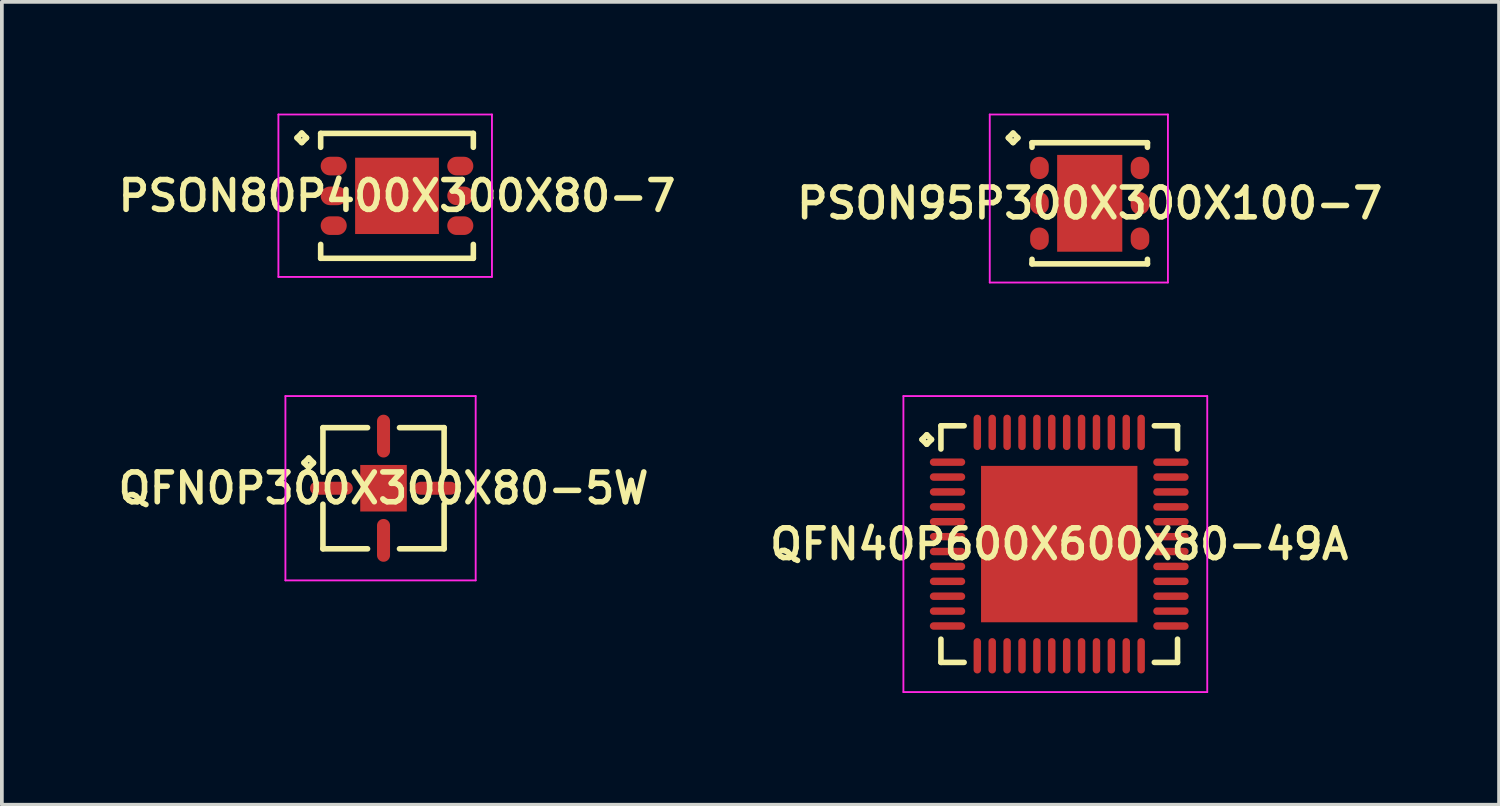
<source format=kicad_pcb>
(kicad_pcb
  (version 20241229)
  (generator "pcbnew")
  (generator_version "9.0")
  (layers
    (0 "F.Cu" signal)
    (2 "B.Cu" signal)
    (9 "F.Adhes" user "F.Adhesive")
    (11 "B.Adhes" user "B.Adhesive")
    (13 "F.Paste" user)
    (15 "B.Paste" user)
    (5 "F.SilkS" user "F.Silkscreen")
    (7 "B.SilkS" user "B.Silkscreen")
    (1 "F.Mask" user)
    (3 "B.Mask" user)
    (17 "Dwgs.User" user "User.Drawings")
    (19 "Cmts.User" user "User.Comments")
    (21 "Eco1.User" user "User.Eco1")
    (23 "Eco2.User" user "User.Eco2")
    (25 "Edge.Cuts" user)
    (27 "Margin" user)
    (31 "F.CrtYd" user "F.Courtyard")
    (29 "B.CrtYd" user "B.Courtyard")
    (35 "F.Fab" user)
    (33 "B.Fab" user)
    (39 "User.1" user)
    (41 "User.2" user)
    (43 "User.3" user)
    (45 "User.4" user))
  (footprint "PSON80P400X300X80-7"
    (layer "F.Cu")
    (at 7.612 2.21)
    (property "Reference" "PSON80P400X300X80-7" (at 0 0 0) (layer "F.SilkS") (effects (font (size 0.8 0.8) (thickness 0.15))))
    (attr smd)
    (fp_line (start -2.685 -1.558) (end -2.558 -1.685) (stroke (width 0.15) (type solid)) (layer "F.SilkS"))
    (fp_line (start -2.558 -1.685) (end -2.431 -1.558) (stroke (width 0.15) (type solid)) (layer "F.SilkS"))
    (fp_line (start -2.558 -1.431) (end -2.685 -1.558) (stroke (width 0.15) (type solid)) (layer "F.SilkS"))
    (fp_line (start -2.431 -1.558) (end -2.558 -1.431) (stroke (width 0.15) (type solid)) (layer "F.SilkS"))
    (fp_line (start -2.05 -1.677) (end 2.05 -1.677) (stroke (width 0.15) (type solid)) (layer "F.SilkS"))
    (fp_line (start -2.05 -1.304) (end -2.05 -1.677) (stroke (width 0.15) (type solid)) (layer "F.SilkS"))
    (fp_line (start -2.05 1.304) (end -2.05 1.677) (stroke (width 0.15) (type solid)) (layer "F.SilkS"))
    (fp_line (start -2.05 1.677) (end 2.05 1.677) (stroke (width 0.15) (type solid)) (layer "F.SilkS"))
    (fp_line (start 2.05 -1.677) (end 2.05 -1.304) (stroke (width 0.15) (type solid)) (layer "F.SilkS"))
    (fp_line (start 2.05 1.677) (end 2.05 1.304) (stroke (width 0.15) (type solid)) (layer "F.SilkS"))
    (fp_line (start -3.185 -2.185) (end 2.55 -2.185) (stroke (width 0.05) (type solid)) (layer "F.CrtYd"))
    (fp_line (start -3.185 2.177) (end -3.185 -2.185) (stroke (width 0.05) (type solid)) (layer "F.CrtYd"))
    (fp_line (start 2.55 -2.185) (end 2.55 2.177) (stroke (width 0.05) (type solid)) (layer "F.CrtYd"))
    (fp_line (start 2.55 2.177) (end -3.185 2.177) (stroke (width 0.05) (type solid)) (layer "F.CrtYd"))
    (pad "1" smd oval (at -1.7 -0.8) (size 0.7 0.5) (layers "F.Cu" "F.Mask" "F.Paste"))
    (pad "2" smd oval (at -1.7 0) (size 0.7 0.5) (layers "F.Cu" "F.Mask" "F.Paste"))
    (pad "3" smd oval (at -1.7 0.8) (size 0.7 0.5) (layers "F.Cu" "F.Mask" "F.Paste"))
    (pad "4" smd oval (at 1.7 0.8) (size 0.7 0.5) (layers "F.Cu" "F.Mask" "F.Paste"))
    (pad "5" smd oval (at 1.7 0) (size 0.7 0.5) (layers "F.Cu" "F.Mask" "F.Paste"))
    (pad "6" smd oval (at 1.7 -0.8) (size 0.7 0.5) (layers "F.Cu" "F.Mask" "F.Paste"))
    (pad "7" smd rect (at 0 0) (size 2.25 2.05) (layers "F.Cu" "F.Mask" "F.Paste")))
  (footprint "PSON95P300X300X100-7"
    (layer "F.Cu")
    (at 26.216 2.41)
    (property "Reference" "PSON95P300X300X100-7" (at 0 0 0) (layer "F.SilkS") (effects (font (size 0.8 0.8) (thickness 0.15))))
    (attr smd)
    (fp_line (start -2.185 -1.758) (end -2.058 -1.885) (stroke (width 0.15) (type solid)) (layer "F.SilkS"))
    (fp_line (start -2.058 -1.885) (end -1.931 -1.758) (stroke (width 0.15) (type solid)) (layer "F.SilkS"))
    (fp_line (start -2.058 -1.631) (end -2.185 -1.758) (stroke (width 0.15) (type solid)) (layer "F.SilkS"))
    (fp_line (start -1.931 -1.758) (end -2.058 -1.631) (stroke (width 0.15) (type solid)) (layer "F.SilkS"))
    (fp_line (start -1.55 -1.627) (end 1.55 -1.627) (stroke (width 0.15) (type solid)) (layer "F.SilkS"))
    (fp_line (start -1.55 -1.504) (end -1.55 -1.627) (stroke (width 0.15) (type solid)) (layer "F.SilkS"))
    (fp_line (start -1.55 1.504) (end -1.55 1.627) (stroke (width 0.15) (type solid)) (layer "F.SilkS"))
    (fp_line (start -1.55 1.627) (end 1.55 1.627) (stroke (width 0.15) (type solid)) (layer "F.SilkS"))
    (fp_line (start 1.55 -1.627) (end 1.55 -1.504) (stroke (width 0.15) (type solid)) (layer "F.SilkS"))
    (fp_line (start 1.55 1.627) (end 1.55 1.504) (stroke (width 0.15) (type solid)) (layer "F.SilkS"))
    (fp_line (start -2.685 -2.385) (end 2.1 -2.385) (stroke (width 0.05) (type solid)) (layer "F.CrtYd"))
    (fp_line (start -2.685 2.127) (end -2.685 -2.385) (stroke (width 0.05) (type solid)) (layer "F.CrtYd"))
    (fp_line (start 2.1 -2.385) (end 2.1 2.127) (stroke (width 0.05) (type solid)) (layer "F.CrtYd"))
    (fp_line (start 2.1 2.127) (end -2.685 2.127) (stroke (width 0.05) (type solid)) (layer "F.CrtYd"))
    (pad "1" smd oval (at -1.35 -0.95) (size 0.5 0.6) (layers "F.Cu" "F.Mask" "F.Paste"))
    (pad "2" smd oval (at -1.35 0) (size 0.5 0.6) (layers "F.Cu" "F.Mask" "F.Paste"))
    (pad "3" smd oval (at -1.35 0.95) (size 0.5 0.6) (layers "F.Cu" "F.Mask" "F.Paste"))
    (pad "4" smd oval (at 1.35 0.95) (size 0.5 0.6) (layers "F.Cu" "F.Mask" "F.Paste"))
    (pad "5" smd oval (at 1.35 0) (size 0.5 0.6) (layers "F.Cu" "F.Mask" "F.Paste"))
    (pad "6" smd oval (at 1.35 -0.95) (size 0.5 0.6) (layers "F.Cu" "F.Mask" "F.Paste"))
    (pad "7" smd rect (at 0 0) (size 1.75 2.6) (layers "F.Cu" "F.Mask" "F.Paste")))
  (footprint "QFN40P600X600X80-49A"
    (layer "F.Cu")
    (at 25.397 11.562)
    (property "Reference" "QFN40P600X600X80-49A" (at 0 0 0) (layer "F.SilkS") (effects (font (size 0.8 0.8) (thickness 0.15))))
    (attr smd)
    (fp_line (start -3.685 -2.808) (end -3.558 -2.935) (stroke (width 0.15) (type solid)) (layer "F.SilkS"))
    (fp_line (start -3.558 -2.935) (end -3.431 -2.808) (stroke (width 0.15) (type solid)) (layer "F.SilkS"))
    (fp_line (start -3.558 -2.681) (end -3.685 -2.808) (stroke (width 0.15) (type solid)) (layer "F.SilkS"))
    (fp_line (start -3.431 -2.808) (end -3.558 -2.681) (stroke (width 0.15) (type solid)) (layer "F.SilkS"))
    (fp_line (start -3.177 -3.177) (end -2.554 -3.177) (stroke (width 0.15) (type solid)) (layer "F.SilkS"))
    (fp_line (start -3.177 -2.554) (end -3.177 -3.177) (stroke (width 0.15) (type solid)) (layer "F.SilkS"))
    (fp_line (start -3.177 2.554) (end -3.177 3.177) (stroke (width 0.15) (type solid)) (layer "F.SilkS"))
    (fp_line (start -3.177 3.177) (end -2.554 3.177) (stroke (width 0.15) (type solid)) (layer "F.SilkS"))
    (fp_line (start 2.554 -3.177) (end 3.177 -3.177) (stroke (width 0.15) (type solid)) (layer "F.SilkS"))
    (fp_line (start 2.554 3.177) (end 3.177 3.177) (stroke (width 0.15) (type solid)) (layer "F.SilkS"))
    (fp_line (start 3.177 -3.177) (end 3.177 -2.554) (stroke (width 0.15) (type solid)) (layer "F.SilkS"))
    (fp_line (start 3.177 3.177) (end 3.177 2.554) (stroke (width 0.15) (type solid)) (layer "F.SilkS"))
    (fp_line (start -4.185 -3.975) (end 3.975 -3.975) (stroke (width 0.05) (type solid)) (layer "F.CrtYd"))
    (fp_line (start -4.185 3.975) (end -4.185 -3.975) (stroke (width 0.05) (type solid)) (layer "F.CrtYd"))
    (fp_line (start 3.975 -3.975) (end 3.975 3.975) (stroke (width 0.05) (type solid)) (layer "F.CrtYd"))
    (fp_line (start 3.975 3.975) (end -4.185 3.975) (stroke (width 0.05) (type solid)) (layer "F.CrtYd"))
    (pad "1" smd oval (at -3 -2.2) (size 0.95 0.2) (layers "F.Cu" "F.Mask" "F.Paste"))
    (pad "2" smd oval (at -3 -1.8) (size 0.95 0.2) (layers "F.Cu" "F.Mask" "F.Paste"))
    (pad "3" smd oval (at -3 -1.4) (size 0.95 0.2) (layers "F.Cu" "F.Mask" "F.Paste"))
    (pad "4" smd oval (at -3 -1) (size 0.95 0.2) (layers "F.Cu" "F.Mask" "F.Paste"))
    (pad "5" smd oval (at -3 -0.6) (size 0.95 0.2) (layers "F.Cu" "F.Mask" "F.Paste"))
    (pad "6" smd oval (at -3 -0.2) (size 0.95 0.2) (layers "F.Cu" "F.Mask" "F.Paste"))
    (pad "7" smd oval (at -3 0.2) (size 0.95 0.2) (layers "F.Cu" "F.Mask" "F.Paste"))
    (pad "8" smd oval (at -3 0.6) (size 0.95 0.2) (layers "F.Cu" "F.Mask" "F.Paste"))
    (pad "9" smd oval (at -3 1) (size 0.95 0.2) (layers "F.Cu" "F.Mask" "F.Paste"))
    (pad "10" smd oval (at -3 1.4) (size 0.95 0.2) (layers "F.Cu" "F.Mask" "F.Paste"))
    (pad "11" smd oval (at -3 1.8) (size 0.95 0.2) (layers "F.Cu" "F.Mask" "F.Paste"))
    (pad "12" smd oval (at -3 2.2) (size 0.95 0.2) (layers "F.Cu" "F.Mask" "F.Paste"))
    (pad "13" smd oval (at -2.2 3) (size 0.2 0.95) (layers "F.Cu" "F.Mask" "F.Paste"))
    (pad "14" smd oval (at -1.8 3) (size 0.2 0.95) (layers "F.Cu" "F.Mask" "F.Paste"))
    (pad "15" smd oval (at -1.4 3) (size 0.2 0.95) (layers "F.Cu" "F.Mask" "F.Paste"))
    (pad "16" smd oval (at -1 3) (size 0.2 0.95) (layers "F.Cu" "F.Mask" "F.Paste"))
    (pad "17" smd oval (at -0.6 3) (size 0.2 0.95) (layers "F.Cu" "F.Mask" "F.Paste"))
    (pad "18" smd oval (at -0.2 3) (size 0.2 0.95) (layers "F.Cu" "F.Mask" "F.Paste"))
    (pad "19" smd oval (at 0.2 3) (size 0.2 0.95) (layers "F.Cu" "F.Mask" "F.Paste"))
    (pad "20" smd oval (at 0.6 3) (size 0.2 0.95) (layers "F.Cu" "F.Mask" "F.Paste"))
    (pad "21" smd oval (at 1 3) (size 0.2 0.95) (layers "F.Cu" "F.Mask" "F.Paste"))
    (pad "22" smd oval (at 1.4 3) (size 0.2 0.95) (layers "F.Cu" "F.Mask" "F.Paste"))
    (pad "23" smd oval (at 1.8 3) (size 0.2 0.95) (layers "F.Cu" "F.Mask" "F.Paste"))
    (pad "24" smd oval (at 2.2 3) (size 0.2 0.95) (layers "F.Cu" "F.Mask" "F.Paste"))
    (pad "25" smd oval (at 3 2.2) (size 0.95 0.2) (layers "F.Cu" "F.Mask" "F.Paste"))
    (pad "26" smd oval (at 3 1.8) (size 0.95 0.2) (layers "F.Cu" "F.Mask" "F.Paste"))
    (pad "27" smd oval (at 3 1.4) (size 0.95 0.2) (layers "F.Cu" "F.Mask" "F.Paste"))
    (pad "28" smd oval (at 3 1) (size 0.95 0.2) (layers "F.Cu" "F.Mask" "F.Paste"))
    (pad "29" smd oval (at 3 0.6) (size 0.95 0.2) (layers "F.Cu" "F.Mask" "F.Paste"))
    (pad "30" smd oval (at 3 0.2) (size 0.95 0.2) (layers "F.Cu" "F.Mask" "F.Paste"))
    (pad "31" smd oval (at 3 -0.2) (size 0.95 0.2) (layers "F.Cu" "F.Mask" "F.Paste"))
    (pad "32" smd oval (at 3 -0.6) (size 0.95 0.2) (layers "F.Cu" "F.Mask" "F.Paste"))
    (pad "33" smd oval (at 3 -1) (size 0.95 0.2) (layers "F.Cu" "F.Mask" "F.Paste"))
    (pad "34" smd oval (at 3 -1.4) (size 0.95 0.2) (layers "F.Cu" "F.Mask" "F.Paste"))
    (pad "35" smd oval (at 3 -1.8) (size 0.95 0.2) (layers "F.Cu" "F.Mask" "F.Paste"))
    (pad "36" smd oval (at 3 -2.2) (size 0.95 0.2) (layers "F.Cu" "F.Mask" "F.Paste"))
    (pad "37" smd oval (at 2.2 -3) (size 0.2 0.95) (layers "F.Cu" "F.Mask" "F.Paste"))
    (pad "38" smd oval (at 1.8 -3) (size 0.2 0.95) (layers "F.Cu" "F.Mask" "F.Paste"))
    (pad "39" smd oval (at 1.4 -3) (size 0.2 0.95) (layers "F.Cu" "F.Mask" "F.Paste"))
    (pad "40" smd oval (at 1 -3) (size 0.2 0.95) (layers "F.Cu" "F.Mask" "F.Paste"))
    (pad "41" smd oval (at 0.6 -3) (size 0.2 0.95) (layers "F.Cu" "F.Mask" "F.Paste"))
    (pad "42" smd oval (at 0.2 -3) (size 0.2 0.95) (layers "F.Cu" "F.Mask" "F.Paste"))
    (pad "43" smd oval (at -0.2 -3) (size 0.2 0.95) (layers "F.Cu" "F.Mask" "F.Paste"))
    (pad "44" smd oval (at -0.6 -3) (size 0.2 0.95) (layers "F.Cu" "F.Mask" "F.Paste"))
    (pad "45" smd oval (at -1 -3) (size 0.2 0.95) (layers "F.Cu" "F.Mask" "F.Paste"))
    (pad "46" smd oval (at -1.4 -3) (size 0.2 0.95) (layers "F.Cu" "F.Mask" "F.Paste"))
    (pad "47" smd oval (at -1.8 -3) (size 0.2 0.95) (layers "F.Cu" "F.Mask" "F.Paste"))
    (pad "48" smd oval (at -2.2 -3) (size 0.2 0.95) (layers "F.Cu" "F.Mask" "F.Paste"))
    (pad "49" smd rect (at 0 0) (size 4.2 4.2) (layers "F.Cu" "F.Mask" "F.Paste")))
  (footprint "QFN0P300X300X80-5W"
    (layer "F.Cu")
    (at 7.25 10.062)
    (property "Reference" "QFN0P300X300X80-5W" (at 0 0 0) (layer "F.SilkS") (effects (font (size 0.8 0.8) (thickness 0.15))))
    (attr smd)
    (fp_line (start -2.135 -0.683) (end -2.008 -0.81) (stroke (width 0.15) (type solid)) (layer "F.SilkS"))
    (fp_line (start -2.008 -0.81) (end -1.881 -0.683) (stroke (width 0.15) (type solid)) (layer "F.SilkS"))
    (fp_line (start -2.008 -0.556) (end -2.135 -0.683) (stroke (width 0.15) (type solid)) (layer "F.SilkS"))
    (fp_line (start -1.881 -0.683) (end -2.008 -0.556) (stroke (width 0.15) (type solid)) (layer "F.SilkS"))
    (fp_line (start -1.627 -1.627) (end -0.429 -1.627) (stroke (width 0.15) (type solid)) (layer "F.SilkS"))
    (fp_line (start -1.627 -0.429) (end -1.627 -1.627) (stroke (width 0.15) (type solid)) (layer "F.SilkS"))
    (fp_line (start -1.627 0.429) (end -1.627 1.627) (stroke (width 0.15) (type solid)) (layer "F.SilkS"))
    (fp_line (start -1.627 1.627) (end -0.429 1.627) (stroke (width 0.15) (type solid)) (layer "F.SilkS"))
    (fp_line (start 0.429 -1.627) (end 1.627 -1.627) (stroke (width 0.15) (type solid)) (layer "F.SilkS"))
    (fp_line (start 0.429 1.627) (end 1.627 1.627) (stroke (width 0.15) (type solid)) (layer "F.SilkS"))
    (fp_line (start 1.627 -1.627) (end 1.627 -0.429) (stroke (width 0.15) (type solid)) (layer "F.SilkS"))
    (fp_line (start 1.627 1.627) (end 1.627 0.429) (stroke (width 0.15) (type solid)) (layer "F.SilkS"))
    (fp_line (start -2.635 -2.475) (end 2.475 -2.475) (stroke (width 0.05) (type solid)) (layer "F.CrtYd"))
    (fp_line (start -2.635 2.475) (end -2.635 -2.475) (stroke (width 0.05) (type solid)) (layer "F.CrtYd"))
    (fp_line (start 2.475 -2.475) (end 2.475 2.475) (stroke (width 0.05) (type solid)) (layer "F.CrtYd"))
    (fp_line (start 2.475 2.475) (end -2.635 2.475) (stroke (width 0.05) (type solid)) (layer "F.CrtYd"))
    (pad "1" smd oval (at -1.4 0) (size 1.15 0.35) (layers "F.Cu" "F.Mask" "F.Paste"))
    (pad "2" smd oval (at 0 1.4) (size 0.35 1.15) (layers "F.Cu" "F.Mask" "F.Paste"))
    (pad "3" smd oval (at 1.4 0) (size 1.15 0.35) (layers "F.Cu" "F.Mask" "F.Paste"))
    (pad "4" smd oval (at 0 -1.4) (size 0.35 1.15) (layers "F.Cu" "F.Mask" "F.Paste"))
    (pad "5" smd rect (at 0 0) (size 1.25 1.25) (layers "F.Cu" "F.Mask" "F.Paste")))
  (gr_rect
    (start -3 -3)
    (end 37.209 18.562)
    (stroke (width 0.1) (type default))
    (fill no)
    (layer "Edge.Cuts")))
</source>
